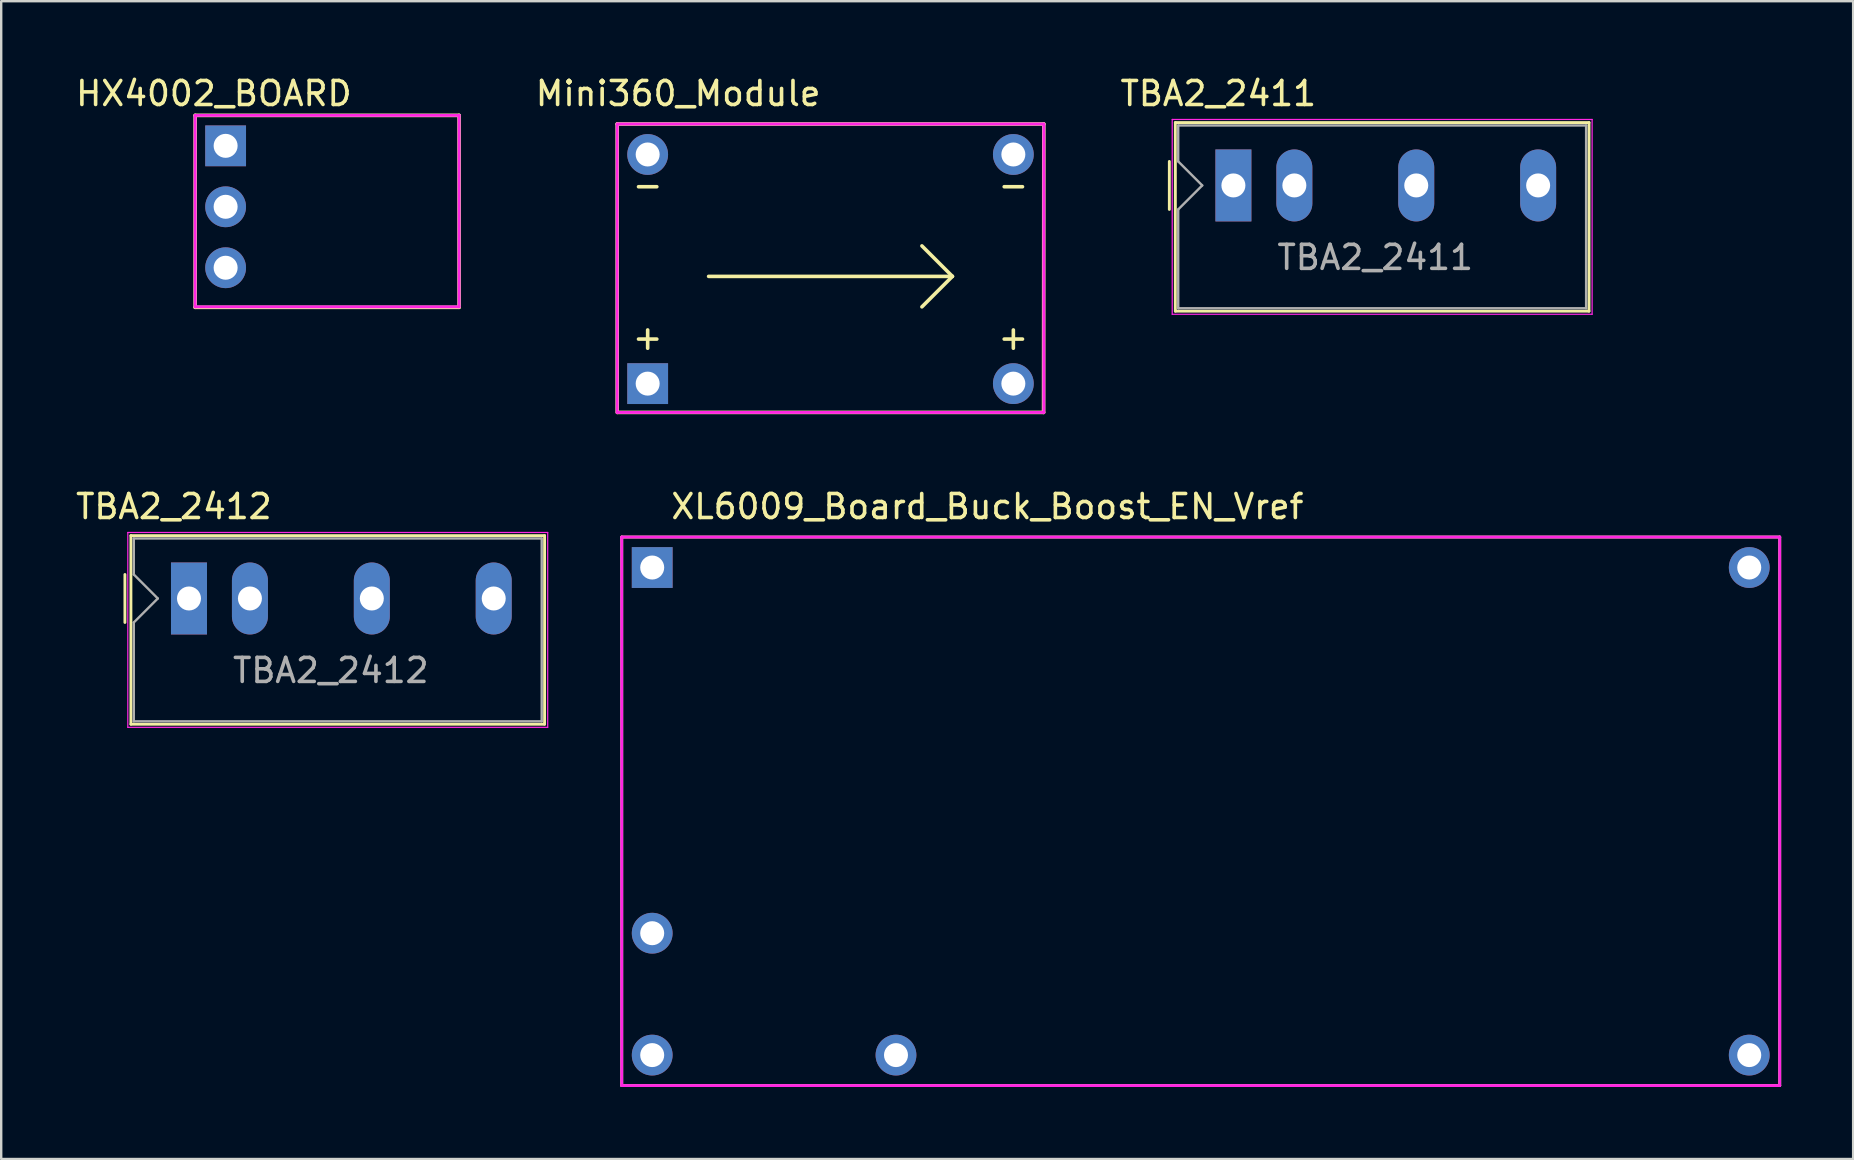
<source format=kicad_pcb>
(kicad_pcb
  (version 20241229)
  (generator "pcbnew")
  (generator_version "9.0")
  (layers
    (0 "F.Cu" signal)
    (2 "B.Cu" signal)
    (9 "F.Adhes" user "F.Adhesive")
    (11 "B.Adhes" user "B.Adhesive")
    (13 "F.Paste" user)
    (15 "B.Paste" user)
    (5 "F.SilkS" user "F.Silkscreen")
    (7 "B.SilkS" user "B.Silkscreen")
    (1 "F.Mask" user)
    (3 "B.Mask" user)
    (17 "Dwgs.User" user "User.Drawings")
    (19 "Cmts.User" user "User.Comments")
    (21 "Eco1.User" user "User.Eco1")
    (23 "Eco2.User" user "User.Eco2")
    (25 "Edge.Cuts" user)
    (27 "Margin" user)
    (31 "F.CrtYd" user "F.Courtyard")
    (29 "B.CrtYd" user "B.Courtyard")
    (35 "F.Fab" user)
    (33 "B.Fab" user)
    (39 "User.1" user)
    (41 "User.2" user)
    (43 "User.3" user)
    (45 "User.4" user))
  (footprint "XL6009_Board_Buck_Boost_EN_Vref"
    (layer "F.Cu")
    (at 24.131 20.602)
    (property "Reference" "XL6009_Board_Buck_Boost_EN_Vref" (at 13.97 -2.54 0) (layer "F.SilkS") (effects (font (size 1 1) (thickness 0.15))))
    (attr through_hole)
    (fp_line (start -1.27 -1.27) (end 46.99 -1.27) (stroke (width 0.12) (type solid)) (layer "F.SilkS"))
    (fp_line (start -1.27 21.59) (end -1.27 -1.27) (stroke (width 0.12) (type solid)) (layer "F.SilkS"))
    (fp_line (start 46.99 -1.27) (end 46.99 21.59) (stroke (width 0.12) (type solid)) (layer "F.SilkS"))
    (fp_line (start 46.99 21.59) (end -1.27 21.59) (stroke (width 0.12) (type solid)) (layer "F.SilkS"))
    (fp_line (start -1.27 -1.27) (end 46.99 -1.27) (stroke (width 0.12) (type solid)) (layer "F.CrtYd"))
    (fp_line (start -1.27 21.59) (end -1.27 -1.27) (stroke (width 0.12) (type solid)) (layer "F.CrtYd"))
    (fp_line (start 46.99 -1.27) (end 46.99 21.59) (stroke (width 0.12) (type solid)) (layer "F.CrtYd"))
    (fp_line (start 46.99 21.59) (end -1.27 21.59) (stroke (width 0.12) (type solid)) (layer "F.CrtYd"))
    (pad "1" thru_hole rect (at 0 0) (size 1.7 1.7) (drill 1) (layers "*.Cu" "*.Mask"))
    (pad "2" thru_hole circle (at 0 15.24) (size 1.7 1.7) (drill 1) (layers "*.Cu" "*.Mask"))
    (pad "3" thru_hole circle (at 10.16 20.32) (size 1.7 1.7) (drill 1) (layers "*.Cu" "*.Mask"))
    (pad "4" thru_hole circle (at 0 20.32) (size 1.7 1.7) (drill 1) (layers "*.Cu" "*.Mask"))
    (pad "5" thru_hole circle (at 45.72 20.32) (size 1.7 1.7) (drill 1) (layers "*.Cu" "*.Mask"))
    (pad "6" thru_hole circle (at 45.72 0) (size 1.7 1.7) (drill 1) (layers "*.Cu" "*.Mask")))
  (footprint "TBA2_2412"
    (layer "F.Cu")
    (at 4.826 21.892)
    (property "Reference" "TBA2_2412" (at -0.63 -3.83 0) (layer "F.SilkS") (effects (font (size 1 1) (thickness 0.15))))
    (attr through_hole)
    (fp_line (start -2.67 -1) (end -2.67 1) (stroke (width 0.12) (type solid)) (layer "F.SilkS"))
    (fp_line (start -2.42 -2.62) (end 14.82 -2.62) (stroke (width 0.12) (type solid)) (layer "F.SilkS"))
    (fp_line (start -2.42 5.24) (end -2.42 -2.62) (stroke (width 0.12) (type solid)) (layer "F.SilkS"))
    (fp_line (start 14.82 -2.62) (end 14.82 5.24) (stroke (width 0.12) (type solid)) (layer "F.SilkS"))
    (fp_line (start 14.82 5.24) (end -2.42 5.24) (stroke (width 0.12) (type solid)) (layer "F.SilkS"))
    (fp_line (start -2.55 -2.75) (end -2.55 5.37) (stroke (width 0.05) (type solid)) (layer "F.CrtYd"))
    (fp_line (start -2.55 -2.75) (end 14.95 -2.75) (stroke (width 0.05) (type solid)) (layer "F.CrtYd"))
    (fp_line (start -2.55 5.37) (end 14.95 5.37) (stroke (width 0.05) (type solid)) (layer "F.CrtYd"))
    (fp_line (start 14.95 -2.75) (end 14.95 5.37) (stroke (width 0.05) (type solid)) (layer "F.CrtYd"))
    (fp_line (start -2.3 -1) (end -2.3 -2.5) (stroke (width 0.1) (type solid)) (layer "F.Fab"))
    (fp_line (start -2.3 -1) (end -1.3 0) (stroke (width 0.1) (type solid)) (layer "F.Fab"))
    (fp_line (start -2.3 1) (end -2.3 5.12) (stroke (width 0.1) (type solid)) (layer "F.Fab"))
    (fp_line (start -1.3 0) (end -2.3 1) (stroke (width 0.1) (type solid)) (layer "F.Fab"))
    (fp_line (start 14.7 -2.5) (end -2.3 -2.5) (stroke (width 0.1) (type solid)) (layer "F.Fab"))
    (fp_line (start 14.7 -2.5) (end 14.7 5.12) (stroke (width 0.1) (type solid)) (layer "F.Fab"))
    (fp_line (start 14.7 5.12) (end -2.3 5.12) (stroke (width 0.1) (type solid)) (layer "F.Fab"))
    (fp_text user "${REFERENCE}" (at 5.91 3 0) (layer "F.Fab") (effects (font (size 1 1) (thickness 0.15))))
    (pad "1" thru_hole rect (at 0 0) (size 1.5 3) (drill 1) (layers "*.Cu" "*.Mask"))
    (pad "2" thru_hole oval (at 2.54 0) (size 1.5 3) (drill 1) (layers "*.Cu" "*.Mask"))
    (pad "3" thru_hole oval (at 7.62 0) (size 1.5 3) (drill 1) (layers "*.Cu" "*.Mask"))
    (pad "4" thru_hole oval (at 12.7 0) (size 1.5 3) (drill 1) (layers "*.Cu" "*.Mask")))
  (footprint "HX4002_BOARD"
    (layer "F.Cu")
    (at 5.083 1.758)
    (property "Reference" "HX4002_BOARD" (at 0.78 -0.91 0) (layer "F.SilkS") (effects (font (size 1 1) (thickness 0.15))))
    (attr through_hole)
    (fp_line (start 0 0) (end 0 8) (stroke (width 0.15) (type solid)) (layer "F.SilkS"))
    (fp_line (start 0 0) (end 11 0) (stroke (width 0.15) (type solid)) (layer "F.SilkS"))
    (fp_line (start 0 8) (end 11 8) (stroke (width 0.15) (type solid)) (layer "F.SilkS"))
    (fp_line (start 11 0) (end 11 8) (stroke (width 0.15) (type solid)) (layer "F.SilkS"))
    (fp_line (start 0 0) (end 0 7.98) (stroke (width 0.12) (type solid)) (layer "F.CrtYd"))
    (fp_line (start 0 0) (end 11 0) (stroke (width 0.12) (type solid)) (layer "F.CrtYd"))
    (fp_line (start 0 7.98) (end 11 7.98) (stroke (width 0.12) (type solid)) (layer "F.CrtYd"))
    (fp_line (start 11 0) (end 11 7.98) (stroke (width 0.12) (type solid)) (layer "F.CrtYd"))
    (pad "1" thru_hole rect (at 1.27 1.27) (size 1.7 1.7) (drill 1) (layers "*.Cu" "*.Mask"))
    (pad "2" thru_hole circle (at 1.27 3.81) (size 1.7 1.7) (drill 1) (layers "*.Cu" "*.Mask"))
    (pad "3" thru_hole circle (at 1.27 6.35) (size 1.7 1.7) (drill 1) (layers "*.Cu" "*.Mask")))
  (footprint "TBA2_2411"
    (layer "F.Cu")
    (at 48.353 4.678)
    (property "Reference" "TBA2_2411" (at -0.63 -3.83 0) (layer "F.SilkS") (effects (font (size 1 1) (thickness 0.15))))
    (attr through_hole)
    (fp_line (start -2.67 -1) (end -2.67 1) (stroke (width 0.12) (type solid)) (layer "F.SilkS"))
    (fp_line (start -2.42 -2.62) (end 14.82 -2.62) (stroke (width 0.12) (type solid)) (layer "F.SilkS"))
    (fp_line (start -2.42 5.24) (end -2.42 -2.62) (stroke (width 0.12) (type solid)) (layer "F.SilkS"))
    (fp_line (start 14.82 -2.62) (end 14.82 5.24) (stroke (width 0.12) (type solid)) (layer "F.SilkS"))
    (fp_line (start 14.82 5.24) (end -2.42 5.24) (stroke (width 0.12) (type solid)) (layer "F.SilkS"))
    (fp_line (start -2.55 -2.75) (end -2.55 5.37) (stroke (width 0.05) (type solid)) (layer "F.CrtYd"))
    (fp_line (start -2.55 -2.75) (end 14.95 -2.75) (stroke (width 0.05) (type solid)) (layer "F.CrtYd"))
    (fp_line (start -2.55 5.37) (end 14.95 5.37) (stroke (width 0.05) (type solid)) (layer "F.CrtYd"))
    (fp_line (start 14.95 -2.75) (end 14.95 5.37) (stroke (width 0.05) (type solid)) (layer "F.CrtYd"))
    (fp_line (start -2.3 -1) (end -2.3 -2.5) (stroke (width 0.1) (type solid)) (layer "F.Fab"))
    (fp_line (start -2.3 -1) (end -1.3 0) (stroke (width 0.1) (type solid)) (layer "F.Fab"))
    (fp_line (start -2.3 1) (end -2.3 5.12) (stroke (width 0.1) (type solid)) (layer "F.Fab"))
    (fp_line (start -1.3 0) (end -2.3 1) (stroke (width 0.1) (type solid)) (layer "F.Fab"))
    (fp_line (start 14.7 -2.5) (end -2.3 -2.5) (stroke (width 0.1) (type solid)) (layer "F.Fab"))
    (fp_line (start 14.7 -2.5) (end 14.7 5.12) (stroke (width 0.1) (type solid)) (layer "F.Fab"))
    (fp_line (start 14.7 5.12) (end -2.3 5.12) (stroke (width 0.1) (type solid)) (layer "F.Fab"))
    (fp_text user "${REFERENCE}" (at 5.91 3 0) (layer "F.Fab") (effects (font (size 1 1) (thickness 0.15))))
    (pad "1" thru_hole rect (at 0 0) (size 1.5 3) (drill 1) (layers "*.Cu" "*.Mask"))
    (pad "2" thru_hole oval (at 2.54 0) (size 1.5 3) (drill 1) (layers "*.Cu" "*.Mask"))
    (pad "3" thru_hole oval (at 7.62 0) (size 1.5 3) (drill 1) (layers "*.Cu" "*.Mask"))
    (pad "4" thru_hole oval (at 12.7 0) (size 1.5 3) (drill 1) (layers "*.Cu" "*.Mask")))
  (footprint "Mini360_Module"
    (layer "F.Cu")
    (at 23.942 3.388)
    (property "Reference" "Mini360_Module" (at 1.27 -2.54 0) (layer "F.SilkS") (effects (font (size 1 1) (thickness 0.15))))
    (attr through_hole)
    (fp_line (start -1.27 -1.27) (end -1.27 10.75) (stroke (width 0.15) (type solid)) (layer "F.SilkS"))
    (fp_line (start -1.25 10.75) (end 16.5 10.75) (stroke (width 0.15) (type solid)) (layer "F.SilkS"))
    (fp_line (start 2.54 5.08) (end 12.7 5.08) (stroke (width 0.15) (type solid)) (layer "F.SilkS"))
    (fp_line (start 11.43 3.81) (end 12.7 5.08) (stroke (width 0.15) (type solid)) (layer "F.SilkS"))
    (fp_line (start 12.7 5.08) (end 11.43 6.35) (stroke (width 0.15) (type solid)) (layer "F.SilkS"))
    (fp_line (start 16.5 10.75) (end 16.51 -1.27) (stroke (width 0.15) (type solid)) (layer "F.SilkS"))
    (fp_line (start 16.51 -1.27) (end -1.27 -1.27) (stroke (width 0.15) (type solid)) (layer "F.SilkS"))
    (fp_line (start -1.27 -1.27) (end 16.51 -1.27) (stroke (width 0.12) (type solid)) (layer "F.CrtYd"))
    (fp_line (start -1.27 10.75) (end -1.27 -1.27) (stroke (width 0.12) (type solid)) (layer "F.CrtYd"))
    (fp_line (start 16.51 -1.27) (end 16.51 10.75) (stroke (width 0.12) (type solid)) (layer "F.CrtYd"))
    (fp_line (start 16.51 10.75) (end -1.27 10.75) (stroke (width 0.12) (type solid)) (layer "F.CrtYd"))
    (fp_text user "-" (at 15.24 1.27 0) (layer "F.SilkS") (effects (font (size 1 1) (thickness 0.15))))
    (fp_text user "+" (at 15.24 7.62 0) (layer "F.SilkS") (effects (font (size 1 1) (thickness 0.15))))
    (fp_text user "-" (at 0 1.27 0) (layer "F.SilkS") (effects (font (size 1 1) (thickness 0.15))))
    (fp_text user "+" (at 0 7.62 0) (layer "F.SilkS") (effects (font (size 1 1) (thickness 0.15))))
    (pad "1" thru_hole rect (at 0 9.55) (size 1.7 1.7) (drill 1) (layers "*.Cu" "*.Mask"))
    (pad "2" thru_hole circle (at 15.24 9.55) (size 1.7 1.7) (drill 1) (layers "*.Cu" "*.Mask"))
    (pad "3" thru_hole circle (at 15.24 0) (size 1.7 1.7) (drill 1) (layers "*.Cu" "*.Mask"))
    (pad "4" thru_hole circle (at 0 0) (size 1.7 1.7) (drill 1) (layers "*.Cu" "*.Mask")))
  (gr_rect
    (start -3 -3)
    (end 74.181 45.252)
    (stroke (width 0.1) (type default))
    (fill no)
    (layer "Edge.Cuts")))
</source>
